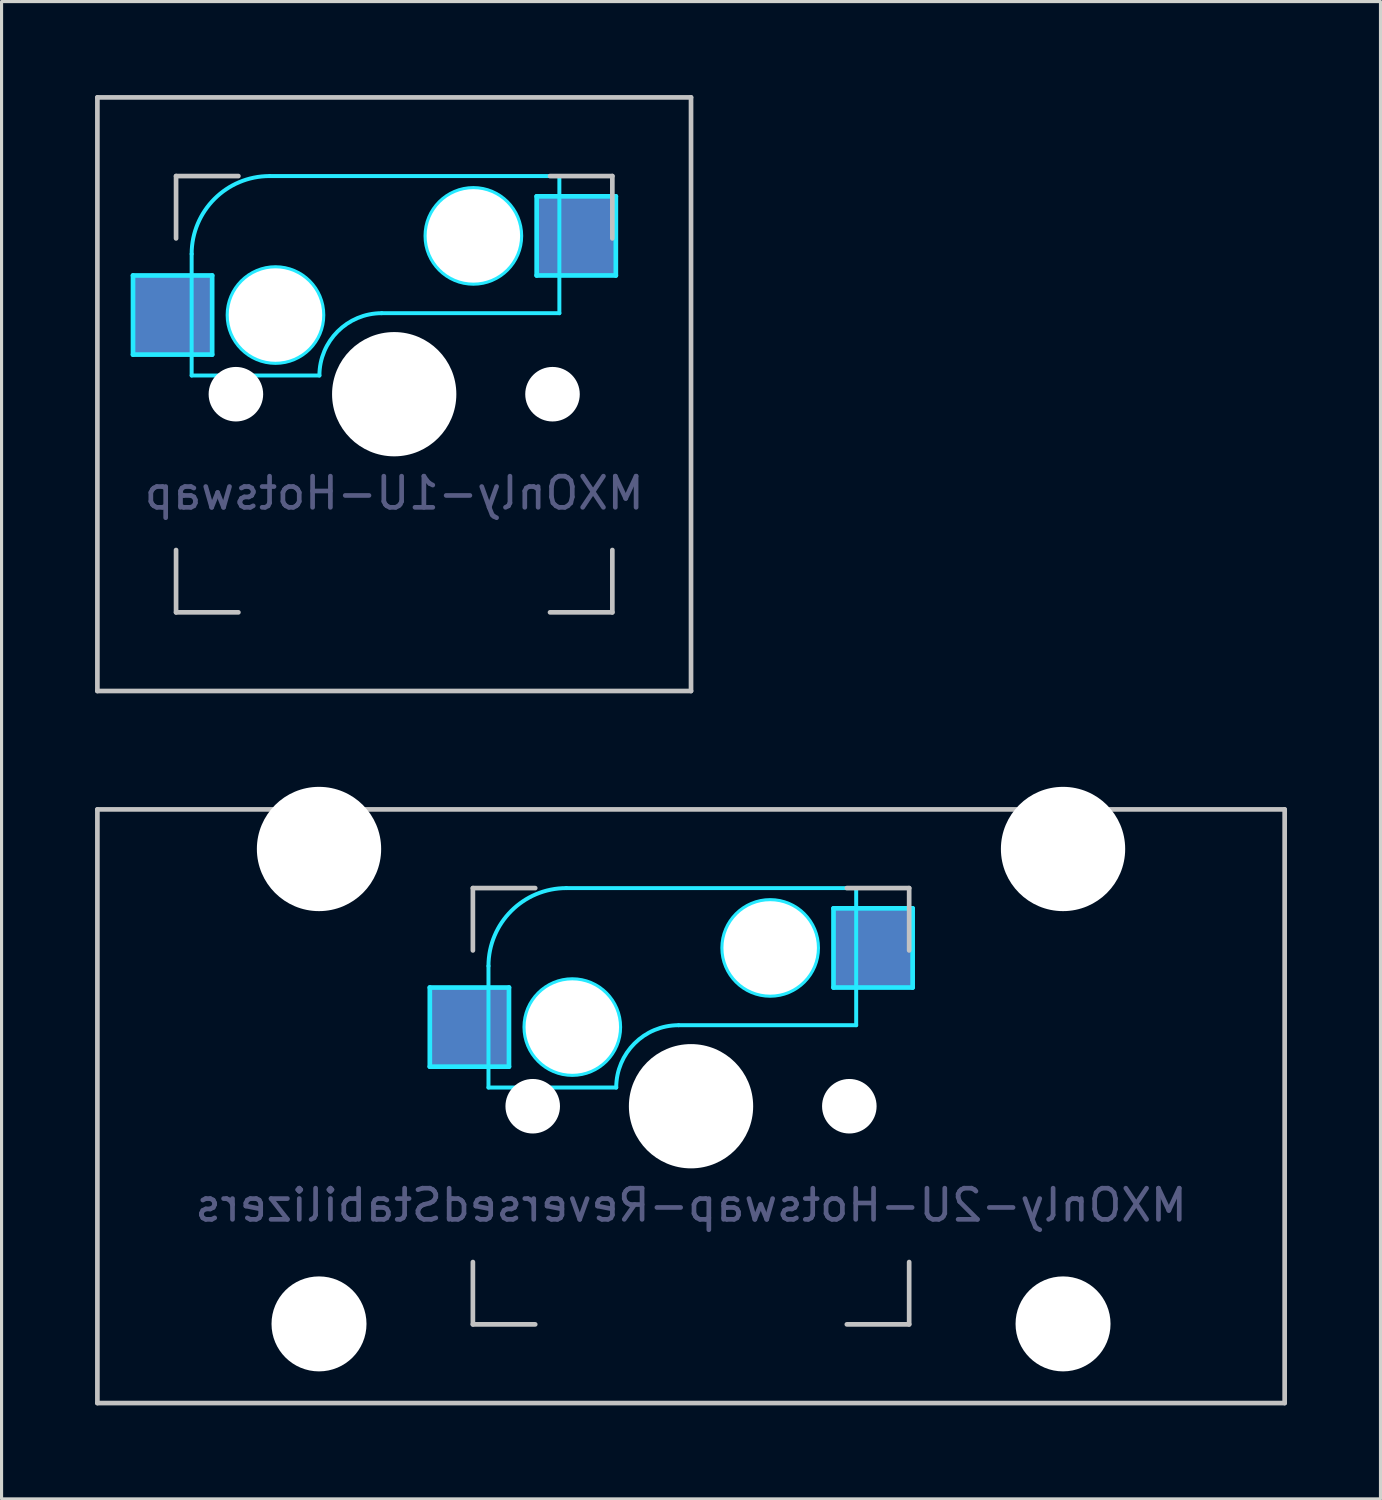
<source format=kicad_pcb>
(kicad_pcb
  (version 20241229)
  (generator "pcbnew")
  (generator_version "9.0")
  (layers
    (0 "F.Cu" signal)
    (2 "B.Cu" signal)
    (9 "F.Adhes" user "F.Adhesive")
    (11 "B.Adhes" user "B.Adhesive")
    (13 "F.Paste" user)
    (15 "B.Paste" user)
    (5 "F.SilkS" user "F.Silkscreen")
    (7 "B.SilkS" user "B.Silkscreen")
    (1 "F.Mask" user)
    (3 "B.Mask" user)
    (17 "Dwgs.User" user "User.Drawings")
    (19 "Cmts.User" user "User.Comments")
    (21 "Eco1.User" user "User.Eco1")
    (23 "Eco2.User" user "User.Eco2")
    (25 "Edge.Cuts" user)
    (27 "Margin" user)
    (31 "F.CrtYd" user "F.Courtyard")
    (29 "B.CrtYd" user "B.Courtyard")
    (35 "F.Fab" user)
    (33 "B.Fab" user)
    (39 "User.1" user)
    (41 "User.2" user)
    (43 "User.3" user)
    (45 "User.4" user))
  (footprint "MXOnly-1U-Hotswap"
    (layer "F.Cu")
    (at 9.6 9.6)
    (property "Reference" "MXOnly-1U-Hotswap" (at 0 3.175 0) (layer "B.Fab") (effects (font (size 1 1) (thickness 0.15)) (justify mirror)))
    (attr smd)
    (fp_line (start -9.525 -9.525) (end 9.525 -9.525) (stroke (width 0.15) (type solid)) (layer "Dwgs.User"))
    (fp_line (start -9.525 9.525) (end -9.525 -9.525) (stroke (width 0.15) (type solid)) (layer "Dwgs.User"))
    (fp_line (start -7 -7) (end -7 -5) (stroke (width 0.15) (type solid)) (layer "Dwgs.User"))
    (fp_line (start -7 5) (end -7 7) (stroke (width 0.15) (type solid)) (layer "Dwgs.User"))
    (fp_line (start -7 7) (end -5 7) (stroke (width 0.15) (type solid)) (layer "Dwgs.User"))
    (fp_line (start -5 -7) (end -7 -7) (stroke (width 0.15) (type solid)) (layer "Dwgs.User"))
    (fp_line (start 5 -7) (end 7 -7) (stroke (width 0.15) (type solid)) (layer "Dwgs.User"))
    (fp_line (start 5 7) (end 7 7) (stroke (width 0.15) (type solid)) (layer "Dwgs.User"))
    (fp_line (start 7 -7) (end 7 -5) (stroke (width 0.15) (type solid)) (layer "Dwgs.User"))
    (fp_line (start 7 7) (end 7 5) (stroke (width 0.15) (type solid)) (layer "Dwgs.User"))
    (fp_line (start 9.525 -9.525) (end 9.525 9.525) (stroke (width 0.15) (type solid)) (layer "Dwgs.User"))
    (fp_line (start 9.525 9.525) (end -9.525 9.525) (stroke (width 0.15) (type solid)) (layer "Dwgs.User"))
    (fp_line (start -8.382 -3.81) (end -8.382 -1.27) (stroke (width 0.15) (type solid)) (layer "B.CrtYd"))
    (fp_line (start -8.382 -1.27) (end -5.842 -1.27) (stroke (width 0.15) (type solid)) (layer "B.CrtYd"))
    (fp_line (start -6.5 -4.5) (end -6.5 -0.6) (stroke (width 0.127) (type solid)) (layer "B.CrtYd"))
    (fp_line (start -6.5 -0.6) (end -2.4 -0.6) (stroke (width 0.127) (type solid)) (layer "B.CrtYd"))
    (fp_line (start -5.842 -3.81) (end -8.382 -3.81) (stroke (width 0.15) (type solid)) (layer "B.CrtYd"))
    (fp_line (start -5.842 -1.27) (end -5.842 -3.81) (stroke (width 0.15) (type solid)) (layer "B.CrtYd"))
    (fp_line (start -0.4 -2.6) (end 5.3 -2.6) (stroke (width 0.127) (type solid)) (layer "B.CrtYd"))
    (fp_line (start 4.572 -6.35) (end 7.112 -6.35) (stroke (width 0.15) (type solid)) (layer "B.CrtYd"))
    (fp_line (start 4.572 -3.81) (end 4.572 -6.35) (stroke (width 0.15) (type solid)) (layer "B.CrtYd"))
    (fp_line (start 5.3 -7) (end -4 -7) (stroke (width 0.127) (type solid)) (layer "B.CrtYd"))
    (fp_line (start 5.3 -7) (end 5.3 -2.6) (stroke (width 0.127) (type solid)) (layer "B.CrtYd"))
    (fp_line (start 7.112 -6.35) (end 7.112 -3.81) (stroke (width 0.15) (type solid)) (layer "B.CrtYd"))
    (fp_line (start 7.112 -3.81) (end 4.572 -3.81) (stroke (width 0.15) (type solid)) (layer "B.CrtYd"))
    (fp_arc (start -6.5 -4.5) (mid -5.767767 -6.267767) (end -4 -7) (stroke (width 0.127) (type solid)) (layer "B.CrtYd"))
    (fp_arc (start -2.4 -0.6) (mid -1.814214 -2.014214) (end -0.4 -2.6) (stroke (width 0.127) (type solid)) (layer "B.CrtYd"))
    (fp_circle (center -3.81 -2.54) (end -3.81 -4.064) (stroke (width 0.15) (type solid)) (fill no) (layer "B.CrtYd"))
    (fp_circle (center 2.54 -5.08) (end 2.54 -6.604) (stroke (width 0.15) (type solid)) (fill no) (layer "B.CrtYd"))
    (pad "" np_thru_hole circle (at -5.08 0 48.1) (size 1.75 1.75) (drill 1.75) (layers "*.Cu" "*.Mask"))
    (pad "" np_thru_hole circle (at -3.81 -2.54) (size 3 3) (drill 3) (layers "*.Cu" "*.Mask"))
    (pad "" np_thru_hole circle (at 0 0) (size 3.988 3.988) (drill 3.988) (layers "*.Cu" "*.Mask"))
    (pad "" np_thru_hole circle (at 2.54 -5.08) (size 3 3) (drill 3) (layers "*.Cu" "*.Mask"))
    (pad "" np_thru_hole circle (at 5.08 0 48.1) (size 1.75 1.75) (drill 1.75) (layers "*.Cu" "*.Mask"))
    (pad "1" smd rect (at -7.085 -2.54) (size 2.55 2.5) (layers "B.Cu" "B.Mask" "B.Paste"))
    (pad "2" smd rect (at 5.842 -5.08) (size 2.55 2.5) (layers "B.Cu" "B.Mask" "B.Paste")))
  (footprint "MXOnly-2U-Hotswap-ReversedStabilizers"
    (layer "F.Cu")
    (at 19.125 32.449)
    (property "Reference" "MXOnly-2U-Hotswap-ReversedStabilizers" (at 0 3.175 0) (layer "B.Fab") (effects (font (size 1 1) (thickness 0.15)) (justify mirror)))
    (attr smd)
    (fp_line (start -19.05 -9.525) (end 19.05 -9.525) (stroke (width 0.15) (type solid)) (layer "Dwgs.User"))
    (fp_line (start -19.05 9.525) (end -19.05 -9.525) (stroke (width 0.15) (type solid)) (layer "Dwgs.User"))
    (fp_line (start -7 -7) (end -7 -5) (stroke (width 0.15) (type solid)) (layer "Dwgs.User"))
    (fp_line (start -7 5) (end -7 7) (stroke (width 0.15) (type solid)) (layer "Dwgs.User"))
    (fp_line (start -7 7) (end -5 7) (stroke (width 0.15) (type solid)) (layer "Dwgs.User"))
    (fp_line (start -5 -7) (end -7 -7) (stroke (width 0.15) (type solid)) (layer "Dwgs.User"))
    (fp_line (start 5 -7) (end 7 -7) (stroke (width 0.15) (type solid)) (layer "Dwgs.User"))
    (fp_line (start 5 7) (end 7 7) (stroke (width 0.15) (type solid)) (layer "Dwgs.User"))
    (fp_line (start 7 -7) (end 7 -5) (stroke (width 0.15) (type solid)) (layer "Dwgs.User"))
    (fp_line (start 7 7) (end 7 5) (stroke (width 0.15) (type solid)) (layer "Dwgs.User"))
    (fp_line (start 19.05 -9.525) (end 19.05 9.525) (stroke (width 0.15) (type solid)) (layer "Dwgs.User"))
    (fp_line (start 19.05 9.525) (end -19.05 9.525) (stroke (width 0.15) (type solid)) (layer "Dwgs.User"))
    (fp_line (start -8.382 -3.81) (end -5.842 -3.81) (stroke (width 0.15) (type solid)) (layer "B.CrtYd"))
    (fp_line (start -8.382 -1.27) (end -8.382 -3.81) (stroke (width 0.15) (type solid)) (layer "B.CrtYd"))
    (fp_line (start -6.5 -4.5) (end -6.5 -0.6) (stroke (width 0.127) (type solid)) (layer "B.CrtYd"))
    (fp_line (start -6.5 -0.6) (end -2.4 -0.6) (stroke (width 0.127) (type solid)) (layer "B.CrtYd"))
    (fp_line (start -5.842 -3.81) (end -5.842 -1.27) (stroke (width 0.15) (type solid)) (layer "B.CrtYd"))
    (fp_line (start -5.842 -1.27) (end -8.382 -1.27) (stroke (width 0.15) (type solid)) (layer "B.CrtYd"))
    (fp_line (start -0.4 -2.6) (end 5.3 -2.6) (stroke (width 0.127) (type solid)) (layer "B.CrtYd"))
    (fp_line (start 4.572 -6.35) (end 7.112 -6.35) (stroke (width 0.15) (type solid)) (layer "B.CrtYd"))
    (fp_line (start 4.572 -3.81) (end 4.572 -6.35) (stroke (width 0.15) (type solid)) (layer "B.CrtYd"))
    (fp_line (start 5.3 -7) (end -4 -7) (stroke (width 0.127) (type solid)) (layer "B.CrtYd"))
    (fp_line (start 5.3 -7) (end 5.3 -2.6) (stroke (width 0.127) (type solid)) (layer "B.CrtYd"))
    (fp_line (start 7.112 -6.35) (end 7.112 -3.81) (stroke (width 0.15) (type solid)) (layer "B.CrtYd"))
    (fp_line (start 7.112 -3.81) (end 4.572 -3.81) (stroke (width 0.15) (type solid)) (layer "B.CrtYd"))
    (fp_arc (start -6.5 -4.5) (mid -5.767767 -6.267767) (end -4 -7) (stroke (width 0.127) (type solid)) (layer "B.CrtYd"))
    (fp_arc (start -2.4 -0.6) (mid -1.814214 -2.014214) (end -0.4 -2.6) (stroke (width 0.127) (type solid)) (layer "B.CrtYd"))
    (fp_circle (center -3.81 -2.54) (end -3.81 -4.064) (stroke (width 0.15) (type solid)) (fill no) (layer "B.CrtYd"))
    (fp_circle (center 2.54 -5.08) (end 2.54 -6.604) (stroke (width 0.15) (type solid)) (fill no) (layer "B.CrtYd"))
    (pad "" np_thru_hole circle (at -11.938 -8.255) (size 3.988 3.988) (drill 3.988) (layers "*.Cu" "*.Mask"))
    (pad "" np_thru_hole circle (at -11.938 6.985) (size 3.048 3.048) (drill 3.048) (layers "*.Cu" "*.Mask"))
    (pad "" np_thru_hole circle (at -5.08 0 48.1) (size 1.75 1.75) (drill 1.75) (layers "*.Cu" "*.Mask"))
    (pad "" np_thru_hole circle (at -3.81 -2.54) (size 3 3) (drill 3) (layers "*.Cu" "*.Mask"))
    (pad "" np_thru_hole circle (at 0 0) (size 3.988 3.988) (drill 3.988) (layers "*.Cu" "*.Mask"))
    (pad "" np_thru_hole circle (at 2.54 -5.08) (size 3 3) (drill 3) (layers "*.Cu" "*.Mask"))
    (pad "" np_thru_hole circle (at 5.08 0 48.1) (size 1.75 1.75) (drill 1.75) (layers "*.Cu" "*.Mask"))
    (pad "" np_thru_hole circle (at 11.938 -8.255) (size 3.988 3.988) (drill 3.988) (layers "*.Cu" "*.Mask"))
    (pad "" np_thru_hole circle (at 11.938 6.985) (size 3.048 3.048) (drill 3.048) (layers "*.Cu" "*.Mask"))
    (pad "1" smd rect (at -7.085 -2.54) (size 2.55 2.5) (layers "B.Cu" "B.Mask" "B.Paste"))
    (pad "2" smd rect (at 5.842 -5.08) (size 2.55 2.5) (layers "B.Cu" "B.Mask" "B.Paste")))
  (gr_rect
    (start -3 -3)
    (end 41.25 45.049)
    (stroke (width 0.1) (type default))
    (fill no)
    (layer "Edge.Cuts")))
</source>
